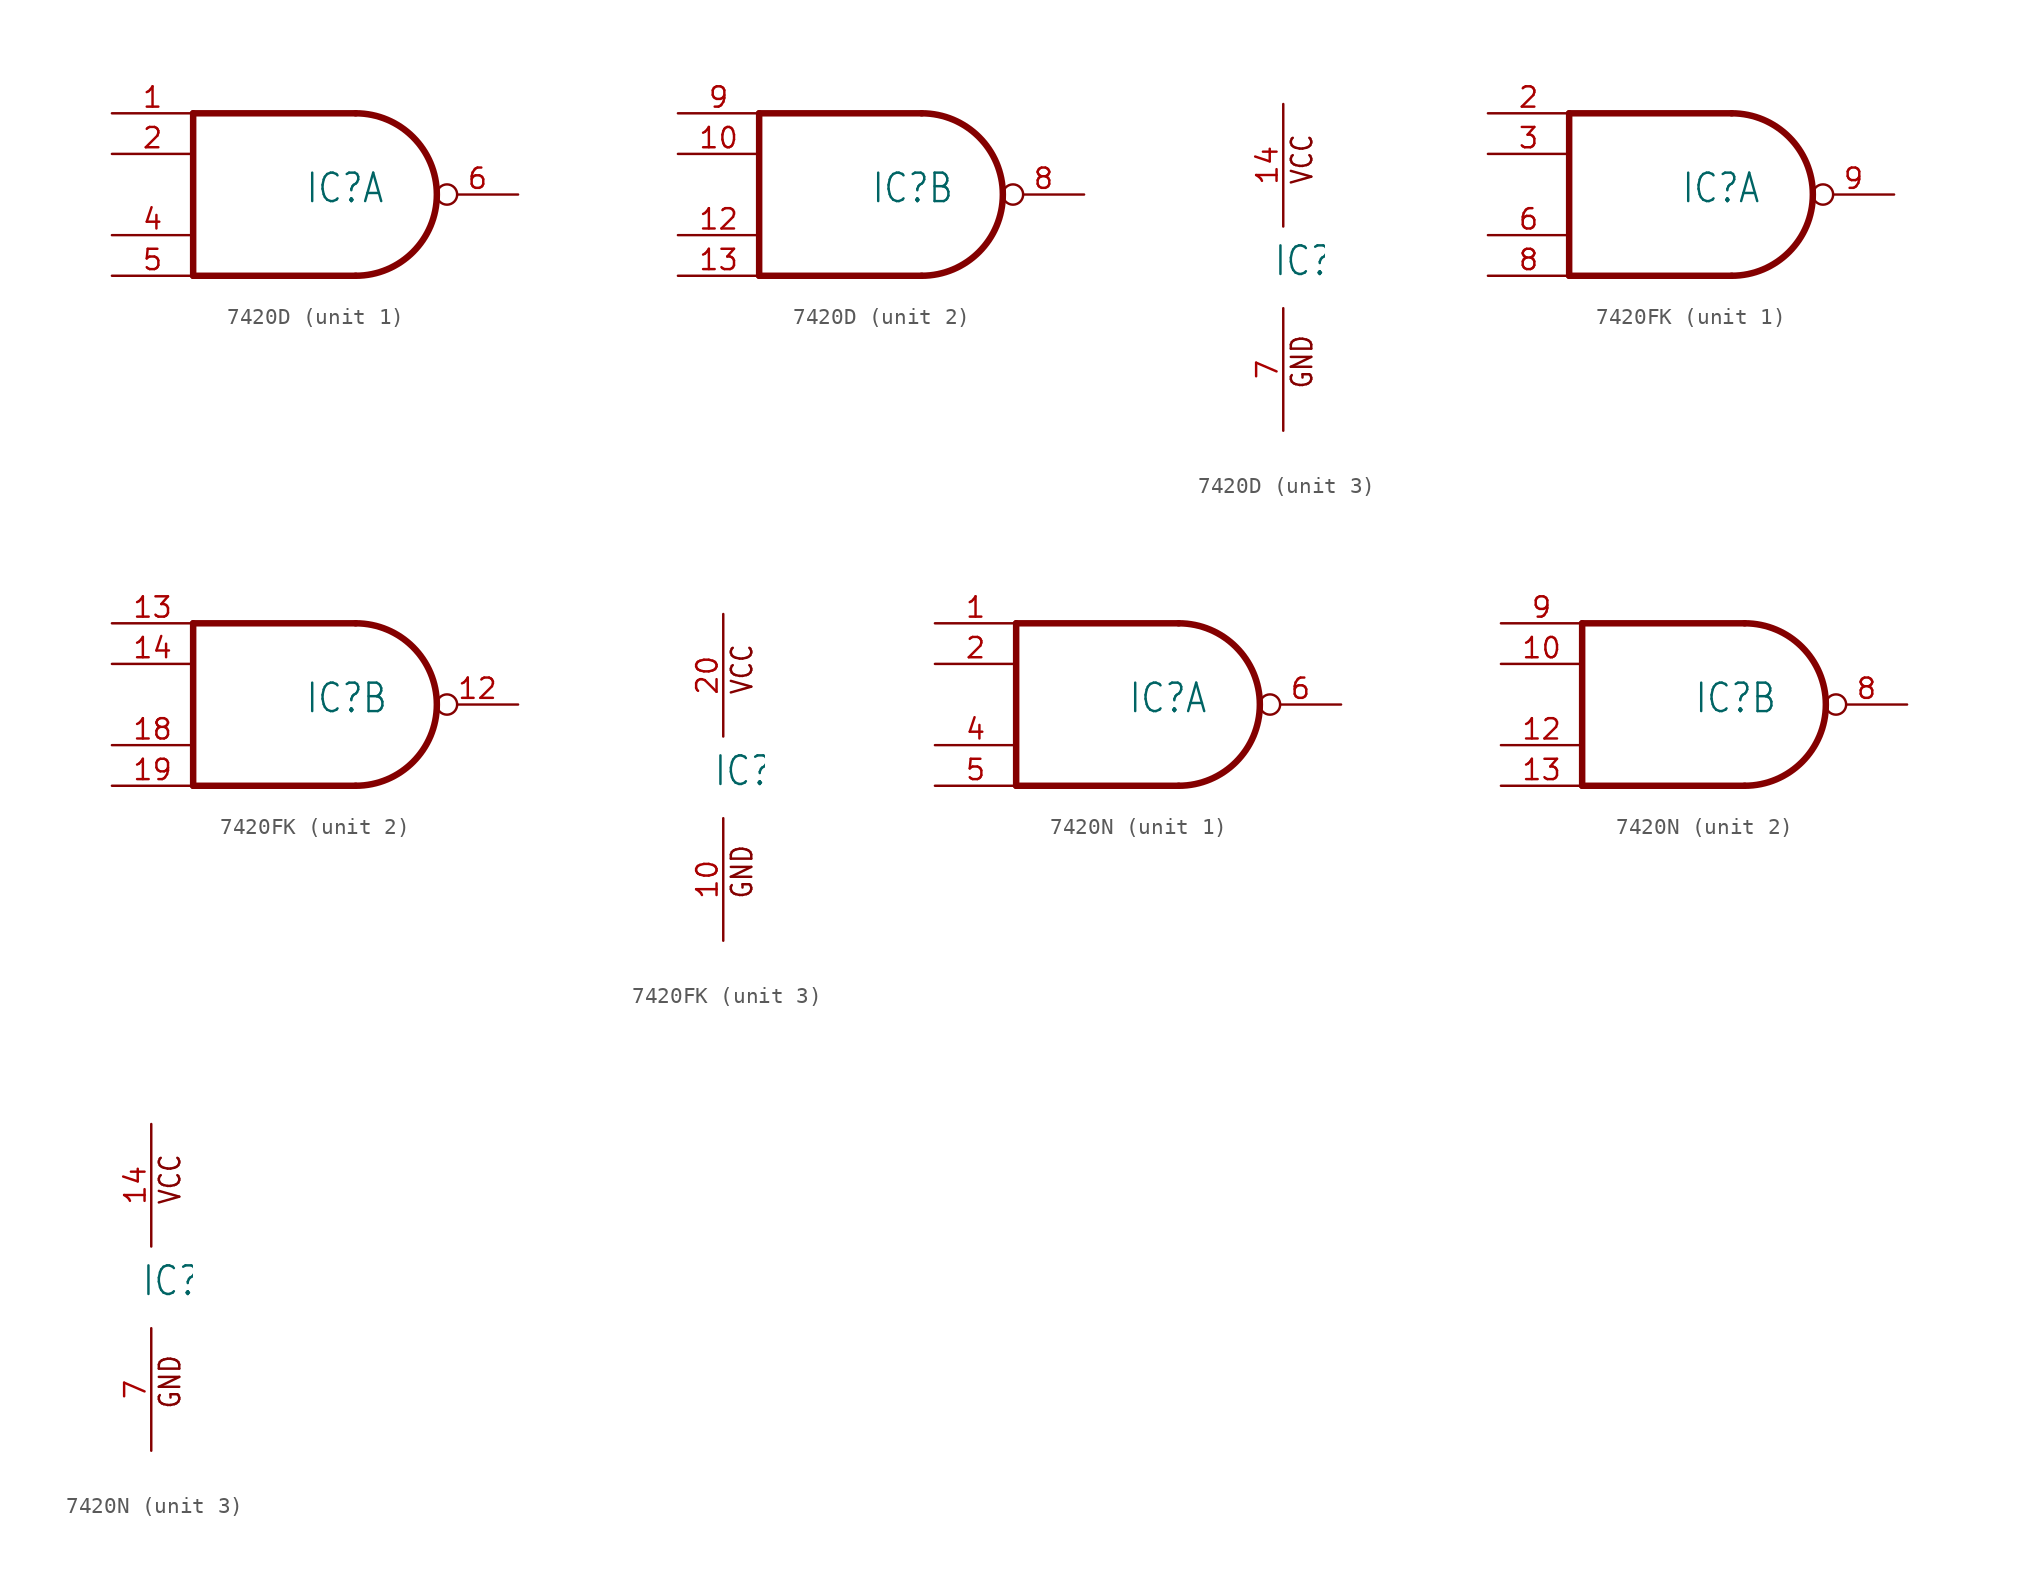
<source format=kicad_sym>
(kicad_symbol_lib
  (version 20211014)
  (generator kicad_symbol_editor)
  (symbol "7420D"
    (property "Reference" "IC"
      (at -0.635 -0.635 0)
      (effects (font (size 1.778 1.511)) (justify left bottom)))
    (property "ki_locked" ""
      (at 0 0 0)
      (effects (font (size 1.27 1.27))))
    (symbol "7420D_1_0"
      (polyline (pts (xy -7.62 -5.08) (xy 2.54 -5.08)) (stroke (width 0.406) (type default) (color 0 0 0 0)) (fill (type none)))
      (polyline (pts (xy -7.62 5.08) (xy -7.62 -5.08)) (stroke (width 0.406) (type default) (color 0 0 0 0)) (fill (type none)))
      (polyline (pts (xy 2.54 5.08) (xy -7.62 5.08)) (stroke (width 0.406) (type default) (color 0 0 0 0)) (fill (type none)))
      (arc (start 2.54 -5.08) (mid 7.6199 0) (end 2.54 5.08) (stroke (width 0.4064) (type default) (color 0 0 0 0)) (fill (type none)))
      (pin input line (at -12.7 5.08 0) (length 5.08) (name "I0" (effects (font (size 0 0)))) (number "1" (effects (font (size 1.27 1.27)))))
      (pin input line (at -12.7 2.54 0) (length 5.08) (name "I1" (effects (font (size 0 0)))) (number "2" (effects (font (size 1.27 1.27)))))
      (pin input line (at -12.7 -2.54 0) (length 5.08) (name "I2" (effects (font (size 0 0)))) (number "4" (effects (font (size 1.27 1.27)))))
      (pin input line (at -12.7 -5.08 0) (length 5.08) (name "I3" (effects (font (size 0 0)))) (number "5" (effects (font (size 1.27 1.27)))))
      (pin output inverted (at 12.7 0 180) (length 5.08) (name "O" (effects (font (size 0 0)))) (number "6" (effects (font (size 1.27 1.27))))))
    (symbol "7420D_2_0"
      (polyline (pts (xy -7.62 -5.08) (xy 2.54 -5.08)) (stroke (width 0.406) (type default) (color 0 0 0 0)) (fill (type none)))
      (polyline (pts (xy -7.62 5.08) (xy -7.62 -5.08)) (stroke (width 0.406) (type default) (color 0 0 0 0)) (fill (type none)))
      (polyline (pts (xy 2.54 5.08) (xy -7.62 5.08)) (stroke (width 0.406) (type default) (color 0 0 0 0)) (fill (type none)))
      (arc (start 2.54 -5.08) (mid 7.6199 0) (end 2.54 5.08) (stroke (width 0.4064) (type default) (color 0 0 0 0)) (fill (type none)))
      (pin input line (at -12.7 2.54 0) (length 5.08) (name "I1" (effects (font (size 0 0)))) (number "10" (effects (font (size 1.27 1.27)))))
      (pin input line (at -12.7 -2.54 0) (length 5.08) (name "I2" (effects (font (size 0 0)))) (number "12" (effects (font (size 1.27 1.27)))))
      (pin input line (at -12.7 -5.08 0) (length 5.08) (name "I3" (effects (font (size 0 0)))) (number "13" (effects (font (size 1.27 1.27)))))
      (pin output inverted (at 12.7 0 180) (length 5.08) (name "O" (effects (font (size 0 0)))) (number "8" (effects (font (size 1.27 1.27)))))
      (pin input line (at -12.7 5.08 0) (length 5.08) (name "I0" (effects (font (size 0 0)))) (number "9" (effects (font (size 1.27 1.27))))))
    (symbol "7420D_3_0"
      (text "GND" (at 1.905 -7.62 900) (effects (font (size 1.27 1.079)) (justify left bottom)))
      (text "VCC" (at 1.905 5.08 900) (effects (font (size 1.27 1.079)) (justify left bottom)))
      (pin power_in line (at 0 10.16 270) (length 7.62) (name "VCC" (effects (font (size 0 0)))) (number "14" (effects (font (size 1.27 1.27)))))
      (pin power_in line (at 0 -10.16 90) (length 7.62) (name "GND" (effects (font (size 0 0)))) (number "7" (effects (font (size 1.27 1.27)))))))
  (symbol "7420FK"
    (property "Reference" "IC"
      (at -0.635 -0.635 0)
      (effects (font (size 1.778 1.511)) (justify left bottom)))
    (property "ki_locked" ""
      (at 0 0 0)
      (effects (font (size 1.27 1.27))))
    (symbol "7420FK_1_0"
      (polyline (pts (xy -7.62 -5.08) (xy 2.54 -5.08)) (stroke (width 0.406) (type default) (color 0 0 0 0)) (fill (type none)))
      (polyline (pts (xy -7.62 5.08) (xy -7.62 -5.08)) (stroke (width 0.406) (type default) (color 0 0 0 0)) (fill (type none)))
      (polyline (pts (xy 2.54 5.08) (xy -7.62 5.08)) (stroke (width 0.406) (type default) (color 0 0 0 0)) (fill (type none)))
      (arc (start 2.54 -5.08) (mid 7.6199 0) (end 2.54 5.08) (stroke (width 0.4064) (type default) (color 0 0 0 0)) (fill (type none)))
      (pin input line (at -12.7 5.08 0) (length 5.08) (name "I0" (effects (font (size 0 0)))) (number "2" (effects (font (size 1.27 1.27)))))
      (pin input line (at -12.7 2.54 0) (length 5.08) (name "I1" (effects (font (size 0 0)))) (number "3" (effects (font (size 1.27 1.27)))))
      (pin input line (at -12.7 -2.54 0) (length 5.08) (name "I2" (effects (font (size 0 0)))) (number "6" (effects (font (size 1.27 1.27)))))
      (pin input line (at -12.7 -5.08 0) (length 5.08) (name "I3" (effects (font (size 0 0)))) (number "8" (effects (font (size 1.27 1.27)))))
      (pin output inverted (at 12.7 0 180) (length 5.08) (name "O" (effects (font (size 0 0)))) (number "9" (effects (font (size 1.27 1.27))))))
    (symbol "7420FK_2_0"
      (polyline (pts (xy -7.62 -5.08) (xy 2.54 -5.08)) (stroke (width 0.406) (type default) (color 0 0 0 0)) (fill (type none)))
      (polyline (pts (xy -7.62 5.08) (xy -7.62 -5.08)) (stroke (width 0.406) (type default) (color 0 0 0 0)) (fill (type none)))
      (polyline (pts (xy 2.54 5.08) (xy -7.62 5.08)) (stroke (width 0.406) (type default) (color 0 0 0 0)) (fill (type none)))
      (arc (start 2.54 -5.08) (mid 7.6199 0) (end 2.54 5.08) (stroke (width 0.4064) (type default) (color 0 0 0 0)) (fill (type none)))
      (pin output inverted (at 12.7 0 180) (length 5.08) (name "O" (effects (font (size 0 0)))) (number "12" (effects (font (size 1.27 1.27)))))
      (pin input line (at -12.7 5.08 0) (length 5.08) (name "I0" (effects (font (size 0 0)))) (number "13" (effects (font (size 1.27 1.27)))))
      (pin input line (at -12.7 2.54 0) (length 5.08) (name "I1" (effects (font (size 0 0)))) (number "14" (effects (font (size 1.27 1.27)))))
      (pin input line (at -12.7 -2.54 0) (length 5.08) (name "I2" (effects (font (size 0 0)))) (number "18" (effects (font (size 1.27 1.27)))))
      (pin input line (at -12.7 -5.08 0) (length 5.08) (name "I3" (effects (font (size 0 0)))) (number "19" (effects (font (size 1.27 1.27))))))
    (symbol "7420FK_3_0"
      (text "GND" (at 1.905 -7.62 900) (effects (font (size 1.27 1.079)) (justify left bottom)))
      (text "VCC" (at 1.905 5.08 900) (effects (font (size 1.27 1.079)) (justify left bottom)))
      (pin power_in line (at 0 -10.16 90) (length 7.62) (name "GND" (effects (font (size 0 0)))) (number "10" (effects (font (size 1.27 1.27)))))
      (pin power_in line (at 0 10.16 270) (length 7.62) (name "VCC" (effects (font (size 0 0)))) (number "20" (effects (font (size 1.27 1.27)))))))
  (symbol "7420N"
    (property "Reference" "IC"
      (at -0.635 -0.635 0)
      (effects (font (size 1.778 1.511)) (justify left bottom)))
    (property "ki_locked" ""
      (at 0 0 0)
      (effects (font (size 1.27 1.27))))
    (symbol "7420N_1_0"
      (polyline (pts (xy -7.62 -5.08) (xy 2.54 -5.08)) (stroke (width 0.406) (type default) (color 0 0 0 0)) (fill (type none)))
      (polyline (pts (xy -7.62 5.08) (xy -7.62 -5.08)) (stroke (width 0.406) (type default) (color 0 0 0 0)) (fill (type none)))
      (polyline (pts (xy 2.54 5.08) (xy -7.62 5.08)) (stroke (width 0.406) (type default) (color 0 0 0 0)) (fill (type none)))
      (arc (start 2.54 -5.08) (mid 7.6199 0) (end 2.54 5.08) (stroke (width 0.4064) (type default) (color 0 0 0 0)) (fill (type none)))
      (pin input line (at -12.7 5.08 0) (length 5.08) (name "I0" (effects (font (size 0 0)))) (number "1" (effects (font (size 1.27 1.27)))))
      (pin input line (at -12.7 2.54 0) (length 5.08) (name "I1" (effects (font (size 0 0)))) (number "2" (effects (font (size 1.27 1.27)))))
      (pin input line (at -12.7 -2.54 0) (length 5.08) (name "I2" (effects (font (size 0 0)))) (number "4" (effects (font (size 1.27 1.27)))))
      (pin input line (at -12.7 -5.08 0) (length 5.08) (name "I3" (effects (font (size 0 0)))) (number "5" (effects (font (size 1.27 1.27)))))
      (pin output inverted (at 12.7 0 180) (length 5.08) (name "O" (effects (font (size 0 0)))) (number "6" (effects (font (size 1.27 1.27))))))
    (symbol "7420N_2_0"
      (polyline (pts (xy -7.62 -5.08) (xy 2.54 -5.08)) (stroke (width 0.406) (type default) (color 0 0 0 0)) (fill (type none)))
      (polyline (pts (xy -7.62 5.08) (xy -7.62 -5.08)) (stroke (width 0.406) (type default) (color 0 0 0 0)) (fill (type none)))
      (polyline (pts (xy 2.54 5.08) (xy -7.62 5.08)) (stroke (width 0.406) (type default) (color 0 0 0 0)) (fill (type none)))
      (arc (start 2.54 -5.08) (mid 7.6199 0) (end 2.54 5.08) (stroke (width 0.4064) (type default) (color 0 0 0 0)) (fill (type none)))
      (pin input line (at -12.7 2.54 0) (length 5.08) (name "I1" (effects (font (size 0 0)))) (number "10" (effects (font (size 1.27 1.27)))))
      (pin input line (at -12.7 -2.54 0) (length 5.08) (name "I2" (effects (font (size 0 0)))) (number "12" (effects (font (size 1.27 1.27)))))
      (pin input line (at -12.7 -5.08 0) (length 5.08) (name "I3" (effects (font (size 0 0)))) (number "13" (effects (font (size 1.27 1.27)))))
      (pin output inverted (at 12.7 0 180) (length 5.08) (name "O" (effects (font (size 0 0)))) (number "8" (effects (font (size 1.27 1.27)))))
      (pin input line (at -12.7 5.08 0) (length 5.08) (name "I0" (effects (font (size 0 0)))) (number "9" (effects (font (size 1.27 1.27))))))
    (symbol "7420N_3_0"
      (text "GND" (at 1.905 -7.62 900) (effects (font (size 1.27 1.079)) (justify left bottom)))
      (text "VCC" (at 1.905 5.08 900) (effects (font (size 1.27 1.079)) (justify left bottom)))
      (pin power_in line (at 0 10.16 270) (length 7.62) (name "VCC" (effects (font (size 0 0)))) (number "14" (effects (font (size 1.27 1.27)))))
      (pin power_in line (at 0 -10.16 90) (length 7.62) (name "GND" (effects (font (size 0 0)))) (number "7" (effects (font (size 1.27 1.27))))))))
</source>
